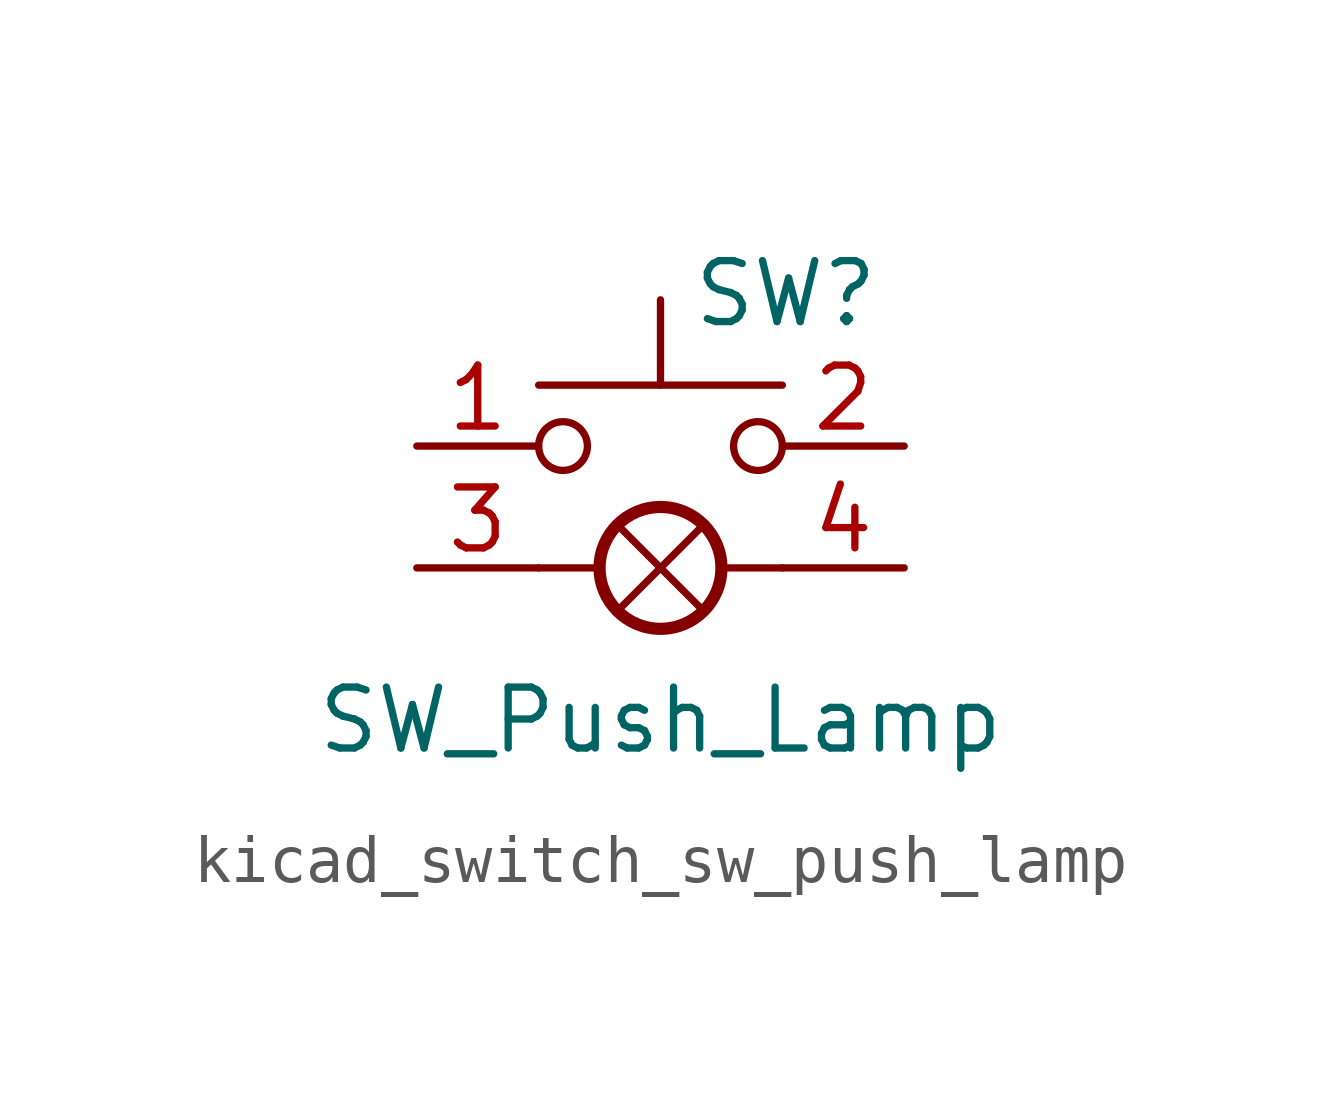
<source format=kicad_sym>
(kicad_symbol_lib
  (version 20220914)
  (generator kicad_symbol_editor)
  (symbol "kicad_switch_sw_push_lamp"
    (pin_names
      (offset 1.016) hide)
    (property "Reference" "SW"
      (at 0.635 5.715 0)
      (effects (font (size 1.27 1.27)) (justify left)))
    (property "Value" "SW_Push_Lamp"
      (at 0 -3.175 0)
      (effects (font (size 1.27 1.27))))
    (symbol "kicad_switch_sw_push_lamp_0_1"
      (circle (center -2.032 2.54) (radius 0.508) (stroke (width 0) (type default)) (fill (type none)))
      (polyline (pts (xy -2.54 0) (xy -1.27 0)) (stroke (width 0) (type default)) (fill (type none)))
      (polyline (pts (xy -0.889 -0.889) (xy 0.889 0.889)) (stroke (width 0) (type default)) (fill (type none)))
      (polyline (pts (xy 0 3.81) (xy 0 5.588)) (stroke (width 0) (type default)) (fill (type none)))
      (polyline (pts (xy 0.889 -0.889) (xy -0.889 0.889)) (stroke (width 0) (type default)) (fill (type none)))
      (polyline (pts (xy 2.54 0) (xy 1.27 0)) (stroke (width 0) (type default)) (fill (type none)))
      (polyline (pts (xy 2.54 3.81) (xy -2.54 3.81)) (stroke (width 0) (type default)) (fill (type none)))
      (circle (center 0 0) (radius 1.27) (stroke (width 0.254) (type default)) (fill (type none)))
      (circle (center 2.032 2.54) (radius 0.508) (stroke (width 0) (type default)) (fill (type none)))
      (pin passive line (at -5.08 2.54 0) (length 2.54) (name "1" (effects (font (size 1.27 1.27)))) (number "1" (effects (font (size 1.27 1.27)))))
      (pin passive line (at 5.08 2.54 180) (length 2.54) (name "2" (effects (font (size 1.27 1.27)))) (number "2" (effects (font (size 1.27 1.27)))))
      (pin passive line (at -5.08 0 0) (length 2.54) (name "L" (effects (font (size 1.27 1.27)))) (number "3" (effects (font (size 1.27 1.27)))))
      (pin passive line (at 5.08 0 180) (length 2.54) (name "L" (effects (font (size 1.27 1.27)))) (number "4" (effects (font (size 1.27 1.27))))))))
</source>
